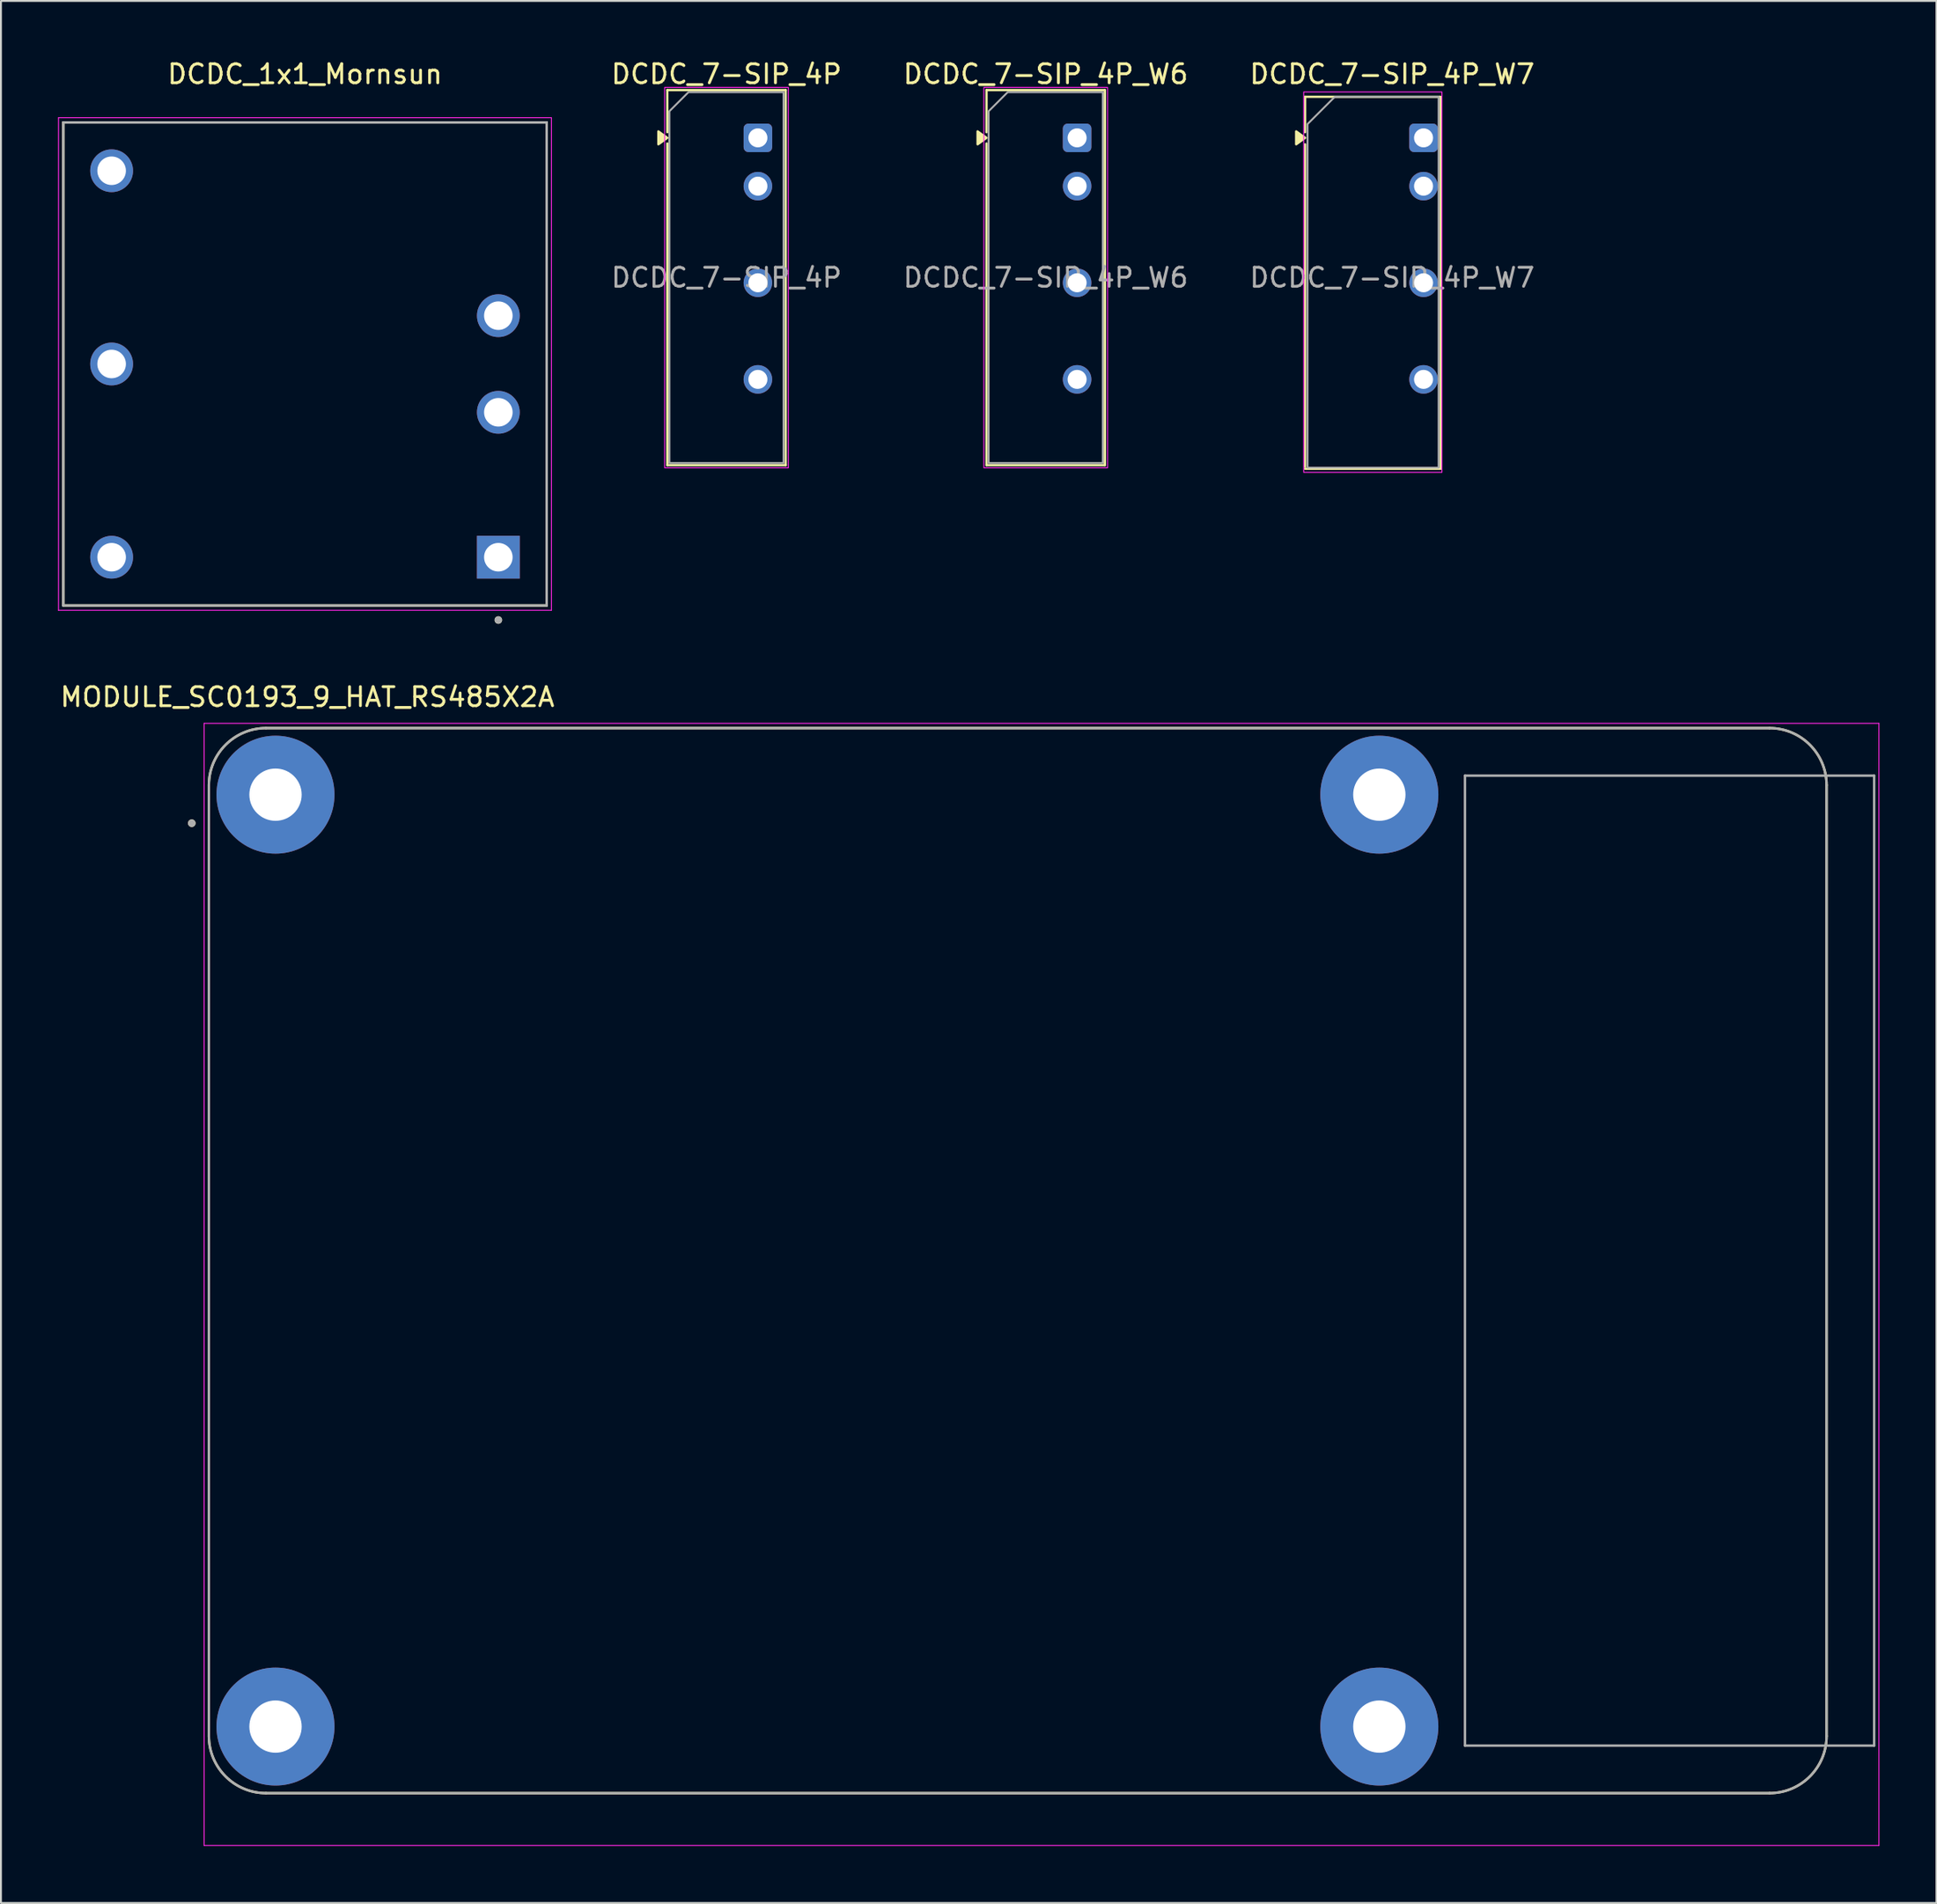
<source format=kicad_pcb>
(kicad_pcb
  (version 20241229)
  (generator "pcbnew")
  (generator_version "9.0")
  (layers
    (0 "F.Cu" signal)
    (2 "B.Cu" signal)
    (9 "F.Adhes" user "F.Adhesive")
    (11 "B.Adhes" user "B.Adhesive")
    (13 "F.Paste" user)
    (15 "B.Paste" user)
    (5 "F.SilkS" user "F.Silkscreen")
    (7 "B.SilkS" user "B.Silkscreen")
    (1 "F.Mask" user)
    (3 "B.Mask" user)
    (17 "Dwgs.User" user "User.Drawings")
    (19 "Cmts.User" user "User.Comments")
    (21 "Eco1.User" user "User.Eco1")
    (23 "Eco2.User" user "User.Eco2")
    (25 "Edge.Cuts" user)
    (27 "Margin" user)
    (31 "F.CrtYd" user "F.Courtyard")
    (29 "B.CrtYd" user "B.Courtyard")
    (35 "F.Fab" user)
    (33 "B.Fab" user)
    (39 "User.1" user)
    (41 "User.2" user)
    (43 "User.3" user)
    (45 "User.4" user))
  (footprint "DCDC_7-SIP_4P"
    (layer "F.Cu")
    (at 36.773 4.198)
    (property "Reference" "DCDC_7-SIP_4P" (at -1.65 -3.35 0) (layer "F.SilkS") (effects (font (size 1 1) (thickness 0.15))))
    (attr through_hole)
    (fp_line (start -4.76 -2.51) (end 1.46 -2.51) (stroke (width 0.12) (type solid)) (layer "F.SilkS"))
    (fp_line (start -4.76 -0.296) (end -4.76 -2.51) (stroke (width 0.12) (type solid)) (layer "F.SilkS"))
    (fp_line (start -4.76 17.21) (end -4.76 0.296) (stroke (width 0.12) (type solid)) (layer "F.SilkS"))
    (fp_line (start 1.46 -2.51) (end 1.46 17.21) (stroke (width 0.12) (type solid)) (layer "F.SilkS"))
    (fp_line (start 1.46 17.21) (end -4.76 17.21) (stroke (width 0.12) (type solid)) (layer "F.SilkS"))
    (fp_poly (pts (xy -4.76 0) (xy -5.23 0.34) (xy -5.23 -0.34)) (stroke (width 0.12) (type solid)) (fill yes) (layer "F.SilkS"))
    (fp_rect (start -4.9 -2.65) (end 1.6 17.35) (stroke (width 0.05) (type solid)) (fill no) (layer "F.CrtYd"))
    (fp_poly (pts (xy -4.65 -1.4) (xy -4.65 17.1) (xy 1.35 17.1) (xy 1.35 -2.4) (xy -3.65 -2.4)) (stroke (width 0.1) (type solid)) (fill no) (layer "F.Fab"))
    (fp_text user "${REFERENCE}" (at -1.65 7.35 0) (layer "F.Fab") (effects (font (size 1 1) (thickness 0.15))))
    (pad "1" thru_hole roundrect (at 0 0) (size 1.5 1.5) (drill 1) (layers "*.Cu" "*.Mask") (roundrect_rratio 0.167))
    (pad "2" thru_hole circle (at 0 2.54) (size 1.5 1.5) (drill 1) (layers "*.Cu" "*.Mask"))
    (pad "4" thru_hole circle (at 0 7.62) (size 1.5 1.5) (drill 1) (layers "*.Cu" "*.Mask"))
    (pad "6" thru_hole circle (at 0 12.7) (size 1.5 1.5) (drill 1) (layers "*.Cu" "*.Mask")))
  (footprint "DCDC_1x1_Mornsun"
    (layer "F.Cu")
    (at 12.975 16.088)
    (property "Reference" "DCDC_1x1_Mornsun" (at 0 -15.24 180) (layer "F.SilkS") (effects (font (size 1 1) (thickness 0.15))))
    (attr through_hole)
    (fp_line (start -12.7 -12.7) (end 12.7 -12.7) (stroke (width 0.127) (type solid)) (layer "F.SilkS"))
    (fp_line (start -12.7 12.7) (end -12.7 -12.7) (stroke (width 0.127) (type solid)) (layer "F.SilkS"))
    (fp_line (start 12.7 -12.7) (end 12.7 12.7) (stroke (width 0.127) (type solid)) (layer "F.SilkS"))
    (fp_line (start 12.7 12.7) (end -12.7 12.7) (stroke (width 0.127) (type solid)) (layer "F.SilkS"))
    (fp_circle (center 10.16 13.462) (end 10.06 13.462) (stroke (width 0.2) (type solid)) (fill no) (layer "F.SilkS"))
    (fp_line (start -12.95 -12.95) (end 12.95 -12.95) (stroke (width 0.05) (type solid)) (layer "F.CrtYd"))
    (fp_line (start -12.95 12.95) (end -12.95 -12.95) (stroke (width 0.05) (type solid)) (layer "F.CrtYd"))
    (fp_line (start 12.95 -12.95) (end 12.95 12.95) (stroke (width 0.05) (type solid)) (layer "F.CrtYd"))
    (fp_line (start 12.95 12.95) (end -12.95 12.95) (stroke (width 0.05) (type solid)) (layer "F.CrtYd"))
    (fp_line (start -12.7 -12.7) (end -12.7 12.7) (stroke (width 0.127) (type solid)) (layer "F.Fab"))
    (fp_line (start 12.7 -12.7) (end -12.7 -12.7) (stroke (width 0.127) (type solid)) (layer "F.Fab"))
    (fp_line (start 12.7 12.7) (end -12.7 12.7) (stroke (width 0.127) (type solid)) (layer "F.Fab"))
    (fp_line (start 12.7 12.7) (end 12.7 -12.7) (stroke (width 0.127) (type solid)) (layer "F.Fab"))
    (fp_circle (center 10.16 13.462) (end 10.06 13.462) (stroke (width 0.2) (type solid)) (fill no) (layer "F.Fab"))
    (pad "1" thru_hole rect (at 10.16 10.16 180) (size 2.25 2.25) (drill 1.5) (layers "*.Cu" "*.Mask"))
    (pad "2" thru_hole circle (at 10.16 2.54 180) (size 2.25 2.25) (drill 1.5) (layers "*.Cu" "*.Mask"))
    (pad "3" thru_hole circle (at 10.16 -2.54 180) (size 2.25 2.25) (drill 1.5) (layers "*.Cu" "*.Mask"))
    (pad "4" thru_hole circle (at -10.16 -10.16 180) (size 2.25 2.25) (drill 1.5) (layers "*.Cu" "*.Mask"))
    (pad "5" thru_hole circle (at -10.16 0 180) (size 2.25 2.25) (drill 1.5) (layers "*.Cu" "*.Mask"))
    (pad "6" thru_hole circle (at -10.16 10.16 180) (size 2.25 2.25) (drill 1.5) (layers "*.Cu" "*.Mask")))
  (footprint "MODULE_SC0193_9_HAT_RS485X2A"
    (layer "F.Cu")
    (at 50.426 63.233)
    (property "Reference" "MODULE_SC0193_9_HAT_RS485X2A" (at -37.325 -29.635 0) (layer "F.SilkS") (effects (font (size 1 1) (thickness 0.15))))
    (attr through_hole)
    (fp_line (start -42.5 -25) (end -42.5 25) (stroke (width 0.127) (type solid)) (layer "F.SilkS"))
    (fp_line (start -39.5 28) (end 39.5 28) (stroke (width 0.127) (type solid)) (layer "F.SilkS"))
    (fp_line (start 39.5 -28) (end -39.5 -28) (stroke (width 0.127) (type solid)) (layer "F.SilkS"))
    (fp_line (start 42.5 25) (end 42.5 -25) (stroke (width 0.127) (type solid)) (layer "F.SilkS"))
    (fp_arc (start -42.5 -25) (mid -41.62132 -27.12132) (end -39.5 -28) (stroke (width 0.127) (type solid)) (layer "F.SilkS"))
    (fp_arc (start -39.5 28) (mid -41.62132 27.12132) (end -42.5 25) (stroke (width 0.127) (type solid)) (layer "F.SilkS"))
    (fp_arc (start 39.5 -28) (mid 41.62132 -27.12132) (end 42.5 -25) (stroke (width 0.127) (type solid)) (layer "F.SilkS"))
    (fp_arc (start 42.5 25) (mid 41.62132 27.12132) (end 39.5 28) (stroke (width 0.127) (type solid)) (layer "F.SilkS"))
    (fp_circle (center -43.4 -23) (end -43.3 -23) (stroke (width 0.2) (type solid)) (fill no) (layer "F.SilkS"))
    (fp_line (start -42.75 -28.25) (end 45.25 -28.25) (stroke (width 0.05) (type solid)) (layer "F.CrtYd"))
    (fp_line (start -42.75 30.75) (end -42.75 -28.25) (stroke (width 0.05) (type solid)) (layer "F.CrtYd"))
    (fp_line (start 45.25 -28.25) (end 45.25 30.75) (stroke (width 0.05) (type solid)) (layer "F.CrtYd"))
    (fp_line (start 45.25 30.75) (end -42.75 30.75) (stroke (width 0.05) (type solid)) (layer "F.CrtYd"))
    (fp_line (start -42.5 -25) (end -42.5 25) (stroke (width 0.127) (type solid)) (layer "F.Fab"))
    (fp_line (start -39.5 28) (end 39.5 28) (stroke (width 0.127) (type solid)) (layer "F.Fab"))
    (fp_line (start 23.5 -25.5) (end 23.5 25.5) (stroke (width 0.127) (type solid)) (layer "F.Fab"))
    (fp_line (start 23.5 25.5) (end 45 25.5) (stroke (width 0.127) (type solid)) (layer "F.Fab"))
    (fp_line (start 39.5 -28) (end -39.5 -28) (stroke (width 0.127) (type solid)) (layer "F.Fab"))
    (fp_line (start 42.5 25) (end 42.5 -25) (stroke (width 0.127) (type solid)) (layer "F.Fab"))
    (fp_line (start 45 -25.5) (end 23.5 -25.5) (stroke (width 0.127) (type solid)) (layer "F.Fab"))
    (fp_line (start 45 25.5) (end 45 -25.5) (stroke (width 0.127) (type solid)) (layer "F.Fab"))
    (fp_arc (start -42.5 -25) (mid -41.62132 -27.12132) (end -39.5 -28) (stroke (width 0.127) (type solid)) (layer "F.Fab"))
    (fp_arc (start -39.5 28) (mid -41.62132 27.12132) (end -42.5 25) (stroke (width 0.127) (type solid)) (layer "F.Fab"))
    (fp_arc (start 39.5 -28) (mid 41.62132 -27.12132) (end 42.5 -25) (stroke (width 0.127) (type solid)) (layer "F.Fab"))
    (fp_arc (start 42.5 25) (mid 41.62132 27.12132) (end 39.5 28) (stroke (width 0.127) (type solid)) (layer "F.Fab"))
    (fp_circle (center -43.4 -23) (end -43.3 -23) (stroke (width 0.2) (type solid)) (fill no) (layer "F.Fab"))
    (pad "S1" thru_hole circle (at -39 -24.5) (size 6.2 6.2) (drill 2.75) (layers "*.Cu" "*.Mask"))
    (pad "S2" thru_hole circle (at 19 -24.5) (size 6.2 6.2) (drill 2.75) (layers "*.Cu" "*.Mask"))
    (pad "S3" thru_hole circle (at 19 24.5) (size 6.2 6.2) (drill 2.75) (layers "*.Cu" "*.Mask"))
    (pad "S4" thru_hole circle (at -39 24.5) (size 6.2 6.2) (drill 2.75) (layers "*.Cu" "*.Mask")))
  (footprint "DCDC_7-SIP_4P_W7"
    (layer "F.Cu")
    (at 71.749 4.198)
    (property "Reference" "DCDC_7-SIP_4P_W7" (at -1.65 -3.35 0) (layer "F.SilkS") (effects (font (size 1 1) (thickness 0.15))))
    (attr through_hole)
    (fp_line (start -6.223 -2.159) (end 0.889 -2.159) (stroke (width 0.12) (type solid)) (layer "F.SilkS"))
    (fp_line (start -6.223 -0.296) (end -6.223 -2.159) (stroke (width 0.12) (type solid)) (layer "F.SilkS"))
    (fp_line (start -6.223 17.296) (end -6.223 0.34) (stroke (width 0.12) (type solid)) (layer "F.SilkS"))
    (fp_line (start 0.889 -2.113) (end 0.889 17.399) (stroke (width 0.12) (type solid)) (layer "F.SilkS"))
    (fp_line (start 0.889 17.399) (end -6.223 17.399) (stroke (width 0.12) (type solid)) (layer "F.SilkS"))
    (fp_poly (pts (xy -6.223 0) (xy -6.693 0.34) (xy -6.693 -0.34)) (stroke (width 0.12) (type solid)) (fill yes) (layer "F.SilkS"))
    (fp_rect (start -6.297 -2.413) (end 0.965 17.587) (stroke (width 0.05) (type solid)) (fill no) (layer "F.CrtYd"))
    (fp_poly (pts (xy -6.096 -0.724) (xy -6.096 17.344) (xy 0.793 17.344) (xy 0.793 -2.156) (xy -4.664 -2.156)) (stroke (width 0.1) (type solid)) (fill no) (layer "F.Fab"))
    (fp_text user "${REFERENCE}" (at -1.65 7.35 0) (layer "F.Fab") (effects (font (size 1 1) (thickness 0.15))))
    (pad "1" thru_hole roundrect (at 0 0) (size 1.5 1.5) (drill 1) (layers "*.Cu" "*.Mask") (roundrect_rratio 0.167))
    (pad "2" thru_hole circle (at 0 2.54) (size 1.5 1.5) (drill 1) (layers "*.Cu" "*.Mask"))
    (pad "4" thru_hole circle (at 0 7.62) (size 1.5 1.5) (drill 1) (layers "*.Cu" "*.Mask"))
    (pad "6" thru_hole circle (at 0 12.7) (size 1.5 1.5) (drill 1) (layers "*.Cu" "*.Mask")))
  (footprint "DCDC_7-SIP_4P_W6"
    (layer "F.Cu")
    (at 53.546 4.198)
    (property "Reference" "DCDC_7-SIP_4P_W6" (at -1.65 -3.35 0) (layer "F.SilkS") (effects (font (size 1 1) (thickness 0.15))))
    (attr through_hole)
    (fp_line (start -4.76 -2.51) (end 1.46 -2.51) (stroke (width 0.12) (type solid)) (layer "F.SilkS"))
    (fp_line (start -4.76 -0.296) (end -4.76 -2.51) (stroke (width 0.12) (type solid)) (layer "F.SilkS"))
    (fp_line (start -4.76 17.21) (end -4.76 0.296) (stroke (width 0.12) (type solid)) (layer "F.SilkS"))
    (fp_line (start 1.46 -2.51) (end 1.46 17.21) (stroke (width 0.12) (type solid)) (layer "F.SilkS"))
    (fp_line (start 1.46 17.21) (end -4.76 17.21) (stroke (width 0.12) (type solid)) (layer "F.SilkS"))
    (fp_poly (pts (xy -4.76 0) (xy -5.23 0.34) (xy -5.23 -0.34)) (stroke (width 0.12) (type solid)) (fill yes) (layer "F.SilkS"))
    (fp_rect (start -4.9 -2.65) (end 1.6 17.35) (stroke (width 0.05) (type solid)) (fill no) (layer "F.CrtYd"))
    (fp_poly (pts (xy -4.65 -1.4) (xy -4.65 17.1) (xy 1.35 17.1) (xy 1.35 -2.4) (xy -3.65 -2.4)) (stroke (width 0.1) (type solid)) (fill no) (layer "F.Fab"))
    (fp_text user "${REFERENCE}" (at -1.65 7.35 0) (layer "F.Fab") (effects (font (size 1 1) (thickness 0.15))))
    (pad "1" thru_hole roundrect (at 0 0) (size 1.5 1.5) (drill 1) (layers "*.Cu" "*.Mask") (roundrect_rratio 0.167))
    (pad "2" thru_hole circle (at 0 2.54) (size 1.5 1.5) (drill 1) (layers "*.Cu" "*.Mask"))
    (pad "4" thru_hole circle (at 0 7.62) (size 1.5 1.5) (drill 1) (layers "*.Cu" "*.Mask"))
    (pad "6" thru_hole circle (at 0 12.7) (size 1.5 1.5) (drill 1) (layers "*.Cu" "*.Mask")))
  (gr_rect
    (start -3 -3)
    (end 98.701 97.008)
    (stroke (width 0.1) (type default))
    (fill no)
    (layer "Edge.Cuts")))
</source>
